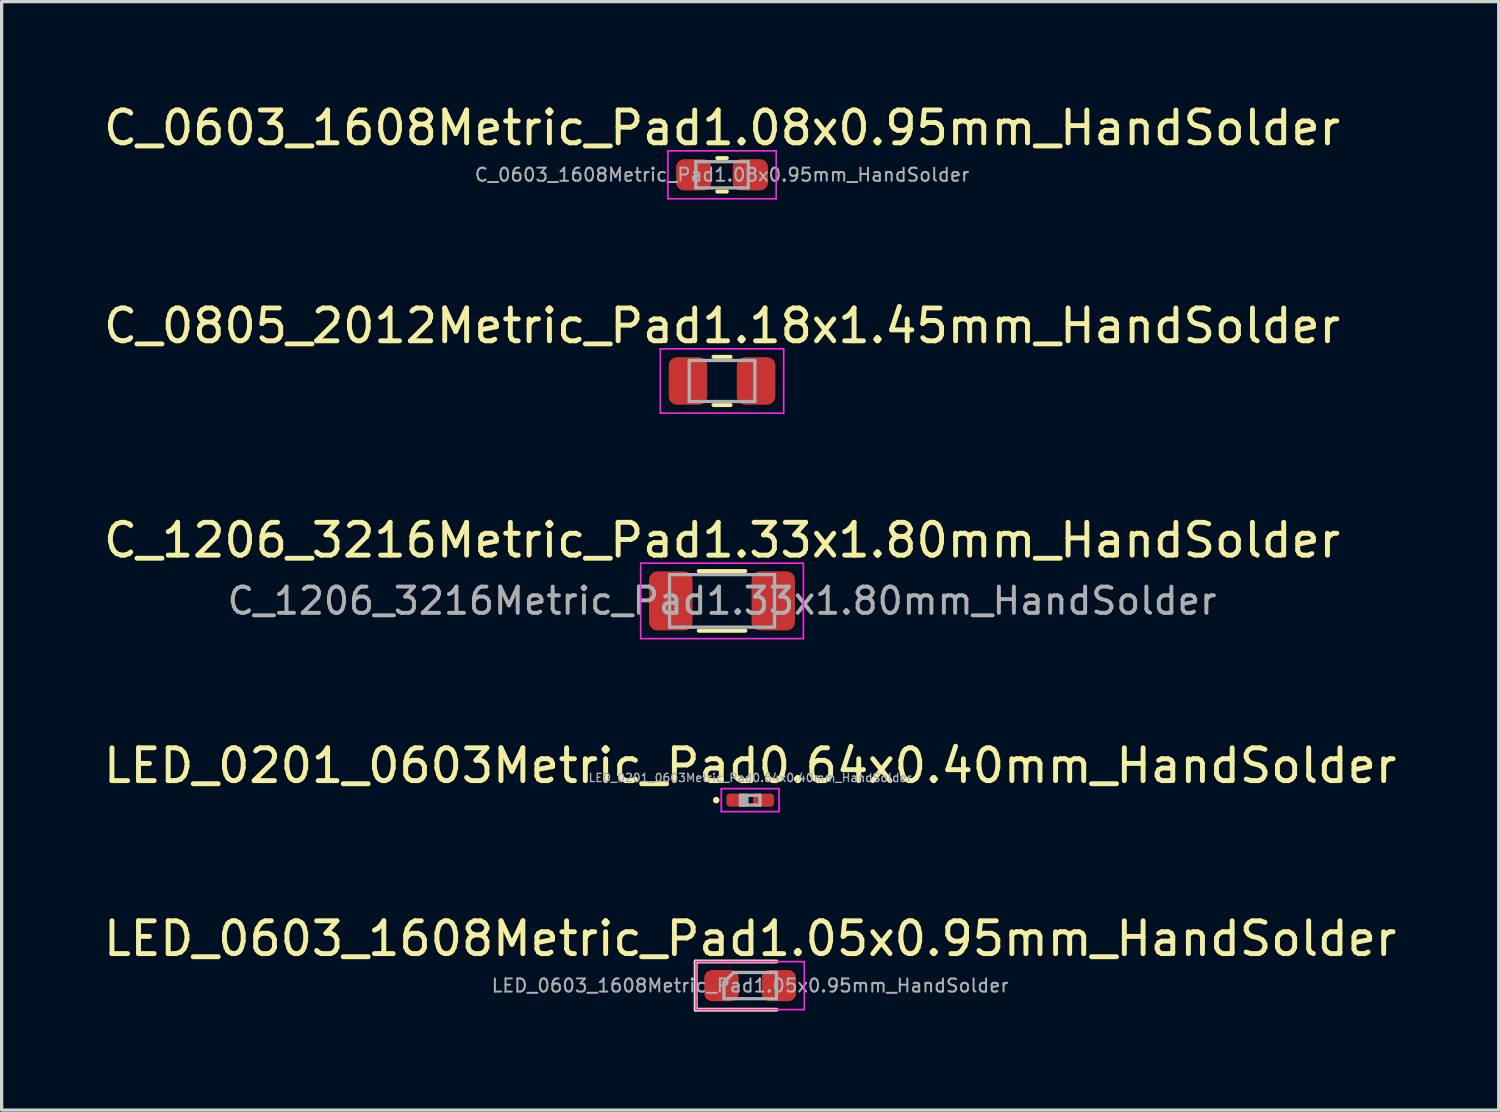
<source format=kicad_pcb>
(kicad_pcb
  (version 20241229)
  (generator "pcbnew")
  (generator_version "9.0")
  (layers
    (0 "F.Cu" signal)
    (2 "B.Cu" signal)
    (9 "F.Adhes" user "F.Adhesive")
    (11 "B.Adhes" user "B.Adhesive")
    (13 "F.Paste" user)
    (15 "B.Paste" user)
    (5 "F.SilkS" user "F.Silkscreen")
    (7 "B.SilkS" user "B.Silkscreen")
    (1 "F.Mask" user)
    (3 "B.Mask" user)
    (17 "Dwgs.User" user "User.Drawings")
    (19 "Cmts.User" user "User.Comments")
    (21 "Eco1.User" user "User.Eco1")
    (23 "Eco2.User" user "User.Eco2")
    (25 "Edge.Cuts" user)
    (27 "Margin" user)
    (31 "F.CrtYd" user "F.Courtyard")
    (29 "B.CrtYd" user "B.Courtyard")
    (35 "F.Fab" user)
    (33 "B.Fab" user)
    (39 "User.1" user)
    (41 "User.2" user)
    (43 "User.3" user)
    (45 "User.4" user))
  (footprint "C_0603_1608Metric_Pad1.08x0.95mm_HandSolder"
    (layer "F.Cu")
    (at 18.958 2.278)
    (property "Reference" "C_0603_1608Metric_Pad1.08x0.95mm_HandSolder" (at 0 -1.43 0) (layer "F.SilkS") (effects (font (size 1 1) (thickness 0.15))))
    (attr smd)
    (fp_line (start -0.146 -0.51) (end 0.146 -0.51) (stroke (width 0.12) (type solid)) (layer "F.SilkS"))
    (fp_line (start -0.146 0.51) (end 0.146 0.51) (stroke (width 0.12) (type solid)) (layer "F.SilkS"))
    (fp_line (start -1.65 -0.73) (end 1.65 -0.73) (stroke (width 0.05) (type solid)) (layer "F.CrtYd"))
    (fp_line (start -1.65 0.73) (end -1.65 -0.73) (stroke (width 0.05) (type solid)) (layer "F.CrtYd"))
    (fp_line (start 1.65 -0.73) (end 1.65 0.73) (stroke (width 0.05) (type solid)) (layer "F.CrtYd"))
    (fp_line (start 1.65 0.73) (end -1.65 0.73) (stroke (width 0.05) (type solid)) (layer "F.CrtYd"))
    (fp_line (start -0.8 -0.4) (end 0.8 -0.4) (stroke (width 0.1) (type solid)) (layer "F.Fab"))
    (fp_line (start -0.8 0.4) (end -0.8 -0.4) (stroke (width 0.1) (type solid)) (layer "F.Fab"))
    (fp_line (start 0.8 -0.4) (end 0.8 0.4) (stroke (width 0.1) (type solid)) (layer "F.Fab"))
    (fp_line (start 0.8 0.4) (end -0.8 0.4) (stroke (width 0.1) (type solid)) (layer "F.Fab"))
    (fp_text user "${REFERENCE}" (at 0 0 0) (layer "F.Fab") (effects (font (size 0.4 0.4) (thickness 0.06))))
    (pad "1" smd roundrect (at -0.863 0) (size 1.075 0.95) (layers "F.Cu" "F.Mask" "F.Paste") (roundrect_rratio 0.25))
    (pad "2" smd roundrect (at 0.863 0) (size 1.075 0.95) (layers "F.Cu" "F.Mask" "F.Paste") (roundrect_rratio 0.25)))
  (footprint "LED_0201_0603Metric_Pad0.64x0.40mm_HandSolder"
    (layer "F.Cu")
    (at 19.815 21.338)
    (property "Reference" "LED_0201_0603Metric_Pad0.64x0.40mm_HandSolder" (at 0 -1.05 0) (layer "F.SilkS") (effects (font (size 1 1) (thickness 0.15))))
    (attr smd)
    (fp_circle (center -1.035 0) (end -0.985 0) (stroke (width 0.1) (type solid)) (fill no) (layer "F.SilkS"))
    (fp_line (start -0.88 -0.35) (end 0.88 -0.35) (stroke (width 0.05) (type solid)) (layer "F.CrtYd"))
    (fp_line (start -0.88 0.35) (end -0.88 -0.35) (stroke (width 0.05) (type solid)) (layer "F.CrtYd"))
    (fp_line (start 0.88 -0.35) (end 0.88 0.35) (stroke (width 0.05) (type solid)) (layer "F.CrtYd"))
    (fp_line (start 0.88 0.35) (end -0.88 0.35) (stroke (width 0.05) (type solid)) (layer "F.CrtYd"))
    (fp_line (start -0.3 -0.15) (end 0.3 -0.15) (stroke (width 0.1) (type solid)) (layer "F.Fab"))
    (fp_line (start -0.3 0.15) (end -0.3 -0.15) (stroke (width 0.1) (type solid)) (layer "F.Fab"))
    (fp_line (start -0.2 0.15) (end -0.2 -0.15) (stroke (width 0.1) (type solid)) (layer "F.Fab"))
    (fp_line (start -0.1 0.15) (end -0.1 -0.15) (stroke (width 0.1) (type solid)) (layer "F.Fab"))
    (fp_line (start 0.3 -0.15) (end 0.3 0.15) (stroke (width 0.1) (type solid)) (layer "F.Fab"))
    (fp_line (start 0.3 0.15) (end -0.3 0.15) (stroke (width 0.1) (type solid)) (layer "F.Fab"))
    (fp_text user "${REFERENCE}" (at 0 -0.68 0) (layer "F.Fab") (effects (font (size 0.25 0.25) (thickness 0.04))))
    (pad "" smd roundrect (at -0.432 0) (size 0.458 0.36) (layers "F.Paste") (roundrect_rratio 0.25))
    (pad "" smd roundrect (at 0.432 0) (size 0.458 0.36) (layers "F.Paste") (roundrect_rratio 0.25))
    (pad "1" smd roundrect (at -0.407 0) (size 0.635 0.4) (layers "F.Cu" "F.Mask") (roundrect_rratio 0.25))
    (pad "2" smd roundrect (at 0.407 0) (size 0.635 0.4) (layers "F.Cu" "F.Mask") (roundrect_rratio 0.25)))
  (footprint "C_1206_3216Metric_Pad1.33x1.80mm_HandSolder"
    (layer "F.Cu")
    (at 18.958 15.265)
    (property "Reference" "C_1206_3216Metric_Pad1.33x1.80mm_HandSolder" (at 0 -1.85 0) (layer "F.SilkS") (effects (font (size 1 1) (thickness 0.15))))
    (attr smd)
    (fp_line (start -0.711 -0.91) (end 0.711 -0.91) (stroke (width 0.12) (type solid)) (layer "F.SilkS"))
    (fp_line (start -0.711 0.91) (end 0.711 0.91) (stroke (width 0.12) (type solid)) (layer "F.SilkS"))
    (fp_line (start -2.48 -1.15) (end 2.48 -1.15) (stroke (width 0.05) (type solid)) (layer "F.CrtYd"))
    (fp_line (start -2.48 1.15) (end -2.48 -1.15) (stroke (width 0.05) (type solid)) (layer "F.CrtYd"))
    (fp_line (start 2.48 -1.15) (end 2.48 1.15) (stroke (width 0.05) (type solid)) (layer "F.CrtYd"))
    (fp_line (start 2.48 1.15) (end -2.48 1.15) (stroke (width 0.05) (type solid)) (layer "F.CrtYd"))
    (fp_line (start -1.6 -0.8) (end 1.6 -0.8) (stroke (width 0.1) (type solid)) (layer "F.Fab"))
    (fp_line (start -1.6 0.8) (end -1.6 -0.8) (stroke (width 0.1) (type solid)) (layer "F.Fab"))
    (fp_line (start 1.6 -0.8) (end 1.6 0.8) (stroke (width 0.1) (type solid)) (layer "F.Fab"))
    (fp_line (start 1.6 0.8) (end -1.6 0.8) (stroke (width 0.1) (type solid)) (layer "F.Fab"))
    (fp_text user "${REFERENCE}" (at 0 0 0) (layer "F.Fab") (effects (font (size 0.8 0.8) (thickness 0.12))))
    (pad "1" smd roundrect (at -1.562 0) (size 1.325 1.8) (layers "F.Cu" "F.Mask" "F.Paste") (roundrect_rratio 0.189))
    (pad "2" smd roundrect (at 1.562 0) (size 1.325 1.8) (layers "F.Cu" "F.Mask" "F.Paste") (roundrect_rratio 0.189)))
  (footprint "LED_0603_1608Metric_Pad1.05x0.95mm_HandSolder"
    (layer "F.Cu")
    (at 19.815 26.991)
    (property "Reference" "LED_0603_1608Metric_Pad1.05x0.95mm_HandSolder" (at 0 -1.43 0) (layer "F.SilkS") (effects (font (size 1 1) (thickness 0.15))))
    (attr smd)
    (fp_line (start -1.66 -0.735) (end -1.66 0.735) (stroke (width 0.12) (type solid)) (layer "F.SilkS"))
    (fp_line (start -1.66 0.735) (end 0.8 0.735) (stroke (width 0.12) (type solid)) (layer "F.SilkS"))
    (fp_line (start 0.8 -0.735) (end -1.66 -0.735) (stroke (width 0.12) (type solid)) (layer "F.SilkS"))
    (fp_line (start -1.65 -0.73) (end 1.65 -0.73) (stroke (width 0.05) (type solid)) (layer "F.CrtYd"))
    (fp_line (start -1.65 0.73) (end -1.65 -0.73) (stroke (width 0.05) (type solid)) (layer "F.CrtYd"))
    (fp_line (start 1.65 -0.73) (end 1.65 0.73) (stroke (width 0.05) (type solid)) (layer "F.CrtYd"))
    (fp_line (start 1.65 0.73) (end -1.65 0.73) (stroke (width 0.05) (type solid)) (layer "F.CrtYd"))
    (fp_line (start -0.8 -0.1) (end -0.8 0.4) (stroke (width 0.1) (type solid)) (layer "F.Fab"))
    (fp_line (start -0.8 0.4) (end 0.8 0.4) (stroke (width 0.1) (type solid)) (layer "F.Fab"))
    (fp_line (start -0.5 -0.4) (end -0.8 -0.1) (stroke (width 0.1) (type solid)) (layer "F.Fab"))
    (fp_line (start 0.8 -0.4) (end -0.5 -0.4) (stroke (width 0.1) (type solid)) (layer "F.Fab"))
    (fp_line (start 0.8 0.4) (end 0.8 -0.4) (stroke (width 0.1) (type solid)) (layer "F.Fab"))
    (fp_text user "${REFERENCE}" (at 0 0 0) (layer "F.Fab") (effects (font (size 0.4 0.4) (thickness 0.06))))
    (pad "1" smd roundrect (at -0.875 0) (size 1.05 0.95) (layers "F.Cu" "F.Mask" "F.Paste") (roundrect_rratio 0.25))
    (pad "2" smd roundrect (at 0.875 0) (size 1.05 0.95) (layers "F.Cu" "F.Mask" "F.Paste") (roundrect_rratio 0.25)))
  (footprint "C_0805_2012Metric_Pad1.18x1.45mm_HandSolder"
    (layer "F.Cu")
    (at 18.958 8.562)
    (property "Reference" "C_0805_2012Metric_Pad1.18x1.45mm_HandSolder" (at 0 -1.68 0) (layer "F.SilkS") (effects (font (size 1 1) (thickness 0.15))))
    (attr smd)
    (fp_line (start -0.261 -0.735) (end 0.261 -0.735) (stroke (width 0.12) (type solid)) (layer "F.SilkS"))
    (fp_line (start -0.261 0.735) (end 0.261 0.735) (stroke (width 0.12) (type solid)) (layer "F.SilkS"))
    (fp_line (start -1.88 -0.98) (end 1.88 -0.98) (stroke (width 0.05) (type solid)) (layer "F.CrtYd"))
    (fp_line (start -1.88 0.98) (end -1.88 -0.98) (stroke (width 0.05) (type solid)) (layer "F.CrtYd"))
    (fp_line (start 1.88 -0.98) (end 1.88 0.98) (stroke (width 0.05) (type solid)) (layer "F.CrtYd"))
    (fp_line (start 1.88 0.98) (end -1.88 0.98) (stroke (width 0.05) (type solid)) (layer "F.CrtYd"))
    (fp_line (start -1 -0.625) (end 1 -0.625) (stroke (width 0.1) (type solid)) (layer "F.Fab"))
    (fp_line (start -1 0.625) (end -1 -0.625) (stroke (width 0.1) (type solid)) (layer "F.Fab"))
    (fp_line (start 1 -0.625) (end 1 0.625) (stroke (width 0.1) (type solid)) (layer "F.Fab"))
    (fp_line (start 1 0.625) (end -1 0.625) (stroke (width 0.1) (type solid)) (layer "F.Fab"))
    (pad "1" smd roundrect (at -1.038 0 180) (size 1.175 1.45) (layers "F.Cu" "F.Mask" "F.Paste") (roundrect_rratio 0.213))
    (pad "2" smd roundrect (at 1.038 0 180) (size 1.175 1.45) (layers "F.Cu" "F.Mask" "F.Paste") (roundrect_rratio 0.213)))
  (gr_rect
    (start -3 -3)
    (end 42.631 30.786)
    (stroke (width 0.1) (type default))
    (fill no)
    (layer "Edge.Cuts")))
</source>
